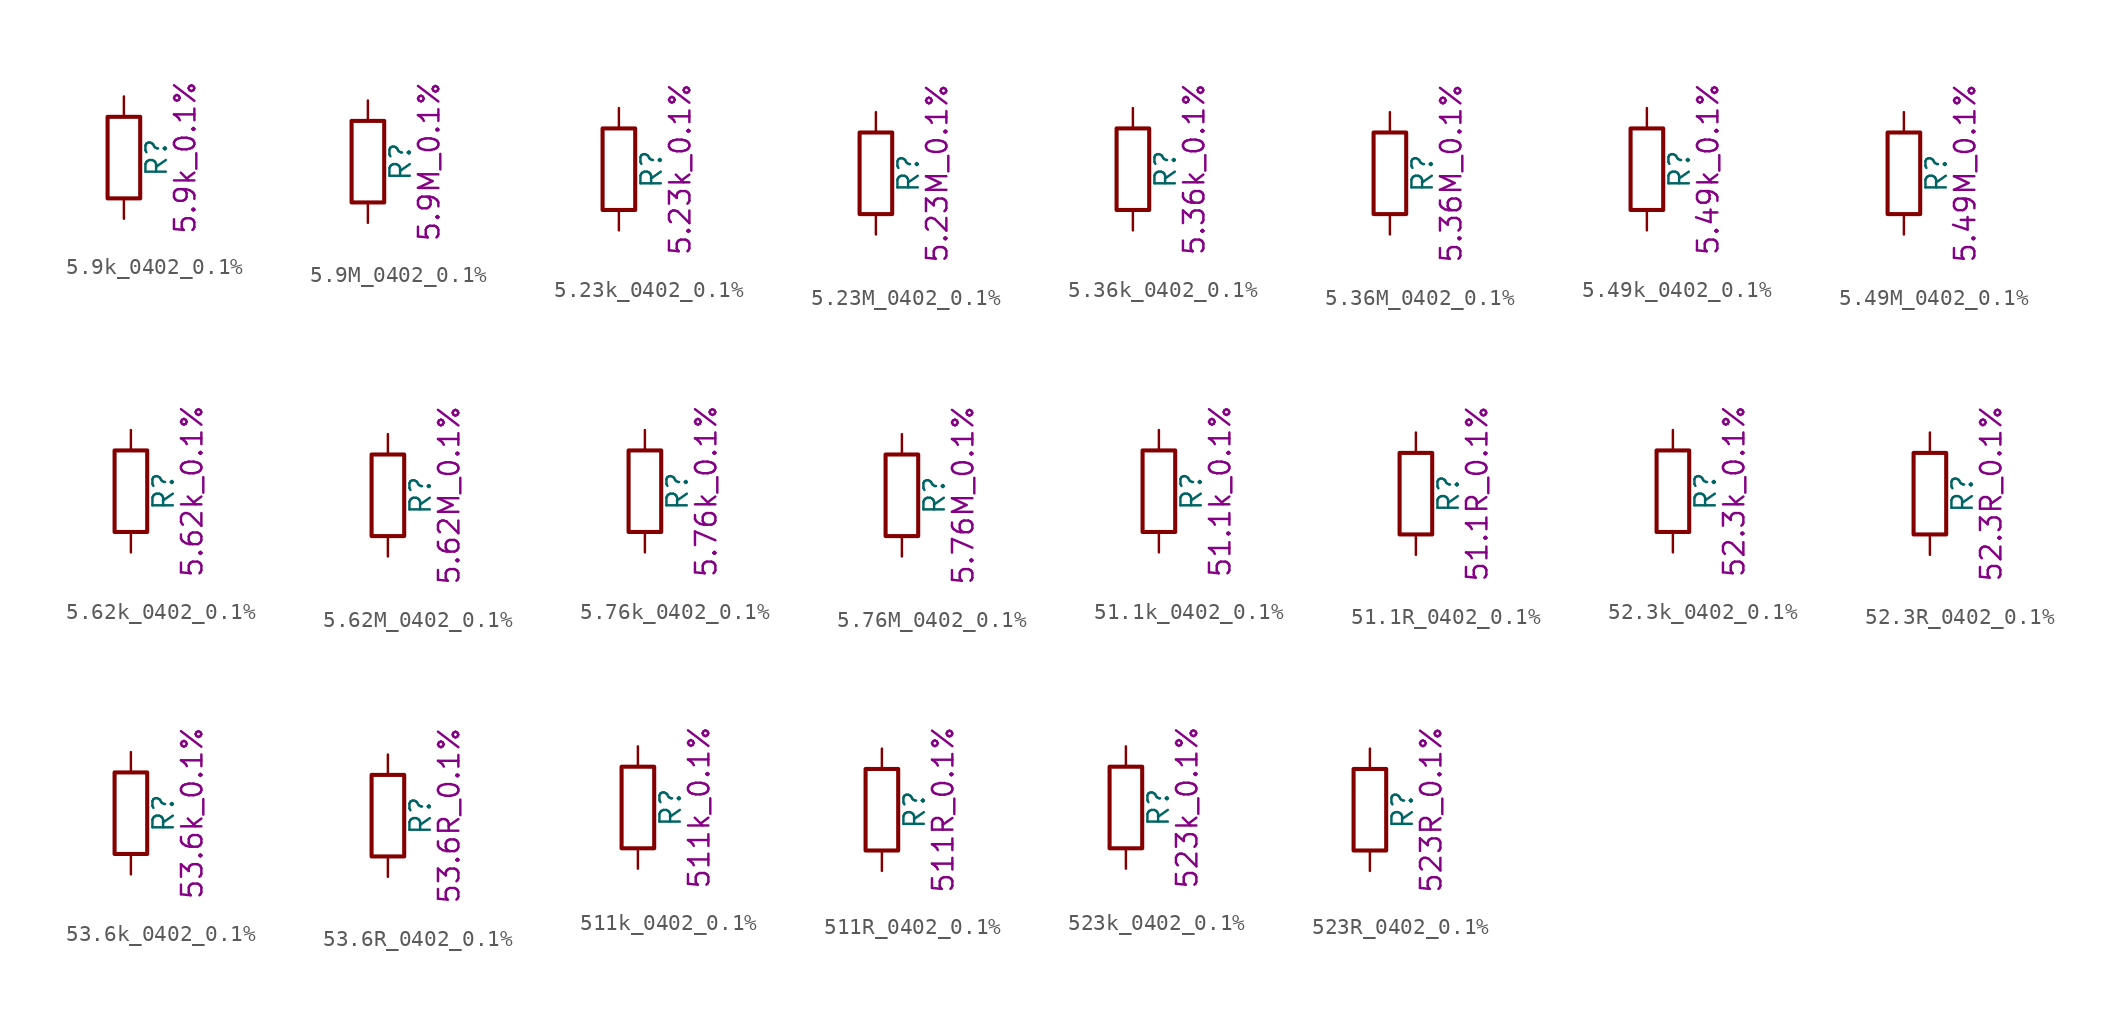
<source format=kicad_sym>
(kicad_symbol_lib
  (version 20211014)
  (generator kicad_symbol_editor)
  (symbol "5.9k_0402_0.1%"
    (pin_numbers hide)
    (pin_names
      (offset 0))
    (property "Reference" "R"
      (at 2.032 0 90)
      (effects (font (size 1.27 1.27))))
    (property "Display" "5.9k_0.1%"
      (at 3.81 0 90)
      (effects (font (size 1.27 1.27))))
    (symbol "5.9k_0402_0.1%_0_1"
      (rectangle (start -1.016 -2.54) (end 1.016 2.54) (stroke (width 0.254) (type default) (color 0 0 0 0)) (fill (type none))))
    (symbol "5.9k_0402_0.1%_1_1"
      (pin passive line (at 0 3.81 270) (length 1.27) (name "~" (effects (font (size 1.27 1.27)))) (number "1" (effects (font (size 1.27 1.27)))))
      (pin passive line (at 0 -3.81 90) (length 1.27) (name "~" (effects (font (size 1.27 1.27)))) (number "2" (effects (font (size 1.27 1.27)))))))
  (symbol "5.9M_0402_0.1%"
    (pin_numbers hide)
    (pin_names
      (offset 0))
    (property "Reference" "R"
      (at 2.032 0 90)
      (effects (font (size 1.27 1.27))))
    (property "Display" "5.9M_0.1%"
      (at 3.81 0 90)
      (effects (font (size 1.27 1.27))))
    (symbol "5.9M_0402_0.1%_0_1"
      (rectangle (start -1.016 -2.54) (end 1.016 2.54) (stroke (width 0.254) (type default) (color 0 0 0 0)) (fill (type none))))
    (symbol "5.9M_0402_0.1%_1_1"
      (pin passive line (at 0 3.81 270) (length 1.27) (name "~" (effects (font (size 1.27 1.27)))) (number "1" (effects (font (size 1.27 1.27)))))
      (pin passive line (at 0 -3.81 90) (length 1.27) (name "~" (effects (font (size 1.27 1.27)))) (number "2" (effects (font (size 1.27 1.27)))))))
  (symbol "5.23k_0402_0.1%"
    (pin_numbers hide)
    (pin_names
      (offset 0))
    (property "Reference" "R"
      (at 2.032 0 90)
      (effects (font (size 1.27 1.27))))
    (property "Display" "5.23k_0.1%"
      (at 3.81 0 90)
      (effects (font (size 1.27 1.27))))
    (symbol "5.23k_0402_0.1%_0_1"
      (rectangle (start -1.016 -2.54) (end 1.016 2.54) (stroke (width 0.254) (type default) (color 0 0 0 0)) (fill (type none))))
    (symbol "5.23k_0402_0.1%_1_1"
      (pin passive line (at 0 3.81 270) (length 1.27) (name "~" (effects (font (size 1.27 1.27)))) (number "1" (effects (font (size 1.27 1.27)))))
      (pin passive line (at 0 -3.81 90) (length 1.27) (name "~" (effects (font (size 1.27 1.27)))) (number "2" (effects (font (size 1.27 1.27)))))))
  (symbol "5.23M_0402_0.1%"
    (pin_numbers hide)
    (pin_names
      (offset 0))
    (property "Reference" "R"
      (at 2.032 0 90)
      (effects (font (size 1.27 1.27))))
    (property "Display" "5.23M_0.1%"
      (at 3.81 0 90)
      (effects (font (size 1.27 1.27))))
    (symbol "5.23M_0402_0.1%_0_1"
      (rectangle (start -1.016 -2.54) (end 1.016 2.54) (stroke (width 0.254) (type default) (color 0 0 0 0)) (fill (type none))))
    (symbol "5.23M_0402_0.1%_1_1"
      (pin passive line (at 0 3.81 270) (length 1.27) (name "~" (effects (font (size 1.27 1.27)))) (number "1" (effects (font (size 1.27 1.27)))))
      (pin passive line (at 0 -3.81 90) (length 1.27) (name "~" (effects (font (size 1.27 1.27)))) (number "2" (effects (font (size 1.27 1.27)))))))
  (symbol "5.36k_0402_0.1%"
    (pin_numbers hide)
    (pin_names
      (offset 0))
    (property "Reference" "R"
      (at 2.032 0 90)
      (effects (font (size 1.27 1.27))))
    (property "Display" "5.36k_0.1%"
      (at 3.81 0 90)
      (effects (font (size 1.27 1.27))))
    (symbol "5.36k_0402_0.1%_0_1"
      (rectangle (start -1.016 -2.54) (end 1.016 2.54) (stroke (width 0.254) (type default) (color 0 0 0 0)) (fill (type none))))
    (symbol "5.36k_0402_0.1%_1_1"
      (pin passive line (at 0 3.81 270) (length 1.27) (name "~" (effects (font (size 1.27 1.27)))) (number "1" (effects (font (size 1.27 1.27)))))
      (pin passive line (at 0 -3.81 90) (length 1.27) (name "~" (effects (font (size 1.27 1.27)))) (number "2" (effects (font (size 1.27 1.27)))))))
  (symbol "5.36M_0402_0.1%"
    (pin_numbers hide)
    (pin_names
      (offset 0))
    (property "Reference" "R"
      (at 2.032 0 90)
      (effects (font (size 1.27 1.27))))
    (property "Display" "5.36M_0.1%"
      (at 3.81 0 90)
      (effects (font (size 1.27 1.27))))
    (symbol "5.36M_0402_0.1%_0_1"
      (rectangle (start -1.016 -2.54) (end 1.016 2.54) (stroke (width 0.254) (type default) (color 0 0 0 0)) (fill (type none))))
    (symbol "5.36M_0402_0.1%_1_1"
      (pin passive line (at 0 3.81 270) (length 1.27) (name "~" (effects (font (size 1.27 1.27)))) (number "1" (effects (font (size 1.27 1.27)))))
      (pin passive line (at 0 -3.81 90) (length 1.27) (name "~" (effects (font (size 1.27 1.27)))) (number "2" (effects (font (size 1.27 1.27)))))))
  (symbol "5.49k_0402_0.1%"
    (pin_numbers hide)
    (pin_names
      (offset 0))
    (property "Reference" "R"
      (at 2.032 0 90)
      (effects (font (size 1.27 1.27))))
    (property "Display" "5.49k_0.1%"
      (at 3.81 0 90)
      (effects (font (size 1.27 1.27))))
    (symbol "5.49k_0402_0.1%_0_1"
      (rectangle (start -1.016 -2.54) (end 1.016 2.54) (stroke (width 0.254) (type default) (color 0 0 0 0)) (fill (type none))))
    (symbol "5.49k_0402_0.1%_1_1"
      (pin passive line (at 0 3.81 270) (length 1.27) (name "~" (effects (font (size 1.27 1.27)))) (number "1" (effects (font (size 1.27 1.27)))))
      (pin passive line (at 0 -3.81 90) (length 1.27) (name "~" (effects (font (size 1.27 1.27)))) (number "2" (effects (font (size 1.27 1.27)))))))
  (symbol "5.49M_0402_0.1%"
    (pin_numbers hide)
    (pin_names
      (offset 0))
    (property "Reference" "R"
      (at 2.032 0 90)
      (effects (font (size 1.27 1.27))))
    (property "Display" "5.49M_0.1%"
      (at 3.81 0 90)
      (effects (font (size 1.27 1.27))))
    (symbol "5.49M_0402_0.1%_0_1"
      (rectangle (start -1.016 -2.54) (end 1.016 2.54) (stroke (width 0.254) (type default) (color 0 0 0 0)) (fill (type none))))
    (symbol "5.49M_0402_0.1%_1_1"
      (pin passive line (at 0 3.81 270) (length 1.27) (name "~" (effects (font (size 1.27 1.27)))) (number "1" (effects (font (size 1.27 1.27)))))
      (pin passive line (at 0 -3.81 90) (length 1.27) (name "~" (effects (font (size 1.27 1.27)))) (number "2" (effects (font (size 1.27 1.27)))))))
  (symbol "5.62k_0402_0.1%"
    (pin_numbers hide)
    (pin_names
      (offset 0))
    (property "Reference" "R"
      (at 2.032 0 90)
      (effects (font (size 1.27 1.27))))
    (property "Display" "5.62k_0.1%"
      (at 3.81 0 90)
      (effects (font (size 1.27 1.27))))
    (symbol "5.62k_0402_0.1%_0_1"
      (rectangle (start -1.016 -2.54) (end 1.016 2.54) (stroke (width 0.254) (type default) (color 0 0 0 0)) (fill (type none))))
    (symbol "5.62k_0402_0.1%_1_1"
      (pin passive line (at 0 3.81 270) (length 1.27) (name "~" (effects (font (size 1.27 1.27)))) (number "1" (effects (font (size 1.27 1.27)))))
      (pin passive line (at 0 -3.81 90) (length 1.27) (name "~" (effects (font (size 1.27 1.27)))) (number "2" (effects (font (size 1.27 1.27)))))))
  (symbol "5.62M_0402_0.1%"
    (pin_numbers hide)
    (pin_names
      (offset 0))
    (property "Reference" "R"
      (at 2.032 0 90)
      (effects (font (size 1.27 1.27))))
    (property "Display" "5.62M_0.1%"
      (at 3.81 0 90)
      (effects (font (size 1.27 1.27))))
    (symbol "5.62M_0402_0.1%_0_1"
      (rectangle (start -1.016 -2.54) (end 1.016 2.54) (stroke (width 0.254) (type default) (color 0 0 0 0)) (fill (type none))))
    (symbol "5.62M_0402_0.1%_1_1"
      (pin passive line (at 0 3.81 270) (length 1.27) (name "~" (effects (font (size 1.27 1.27)))) (number "1" (effects (font (size 1.27 1.27)))))
      (pin passive line (at 0 -3.81 90) (length 1.27) (name "~" (effects (font (size 1.27 1.27)))) (number "2" (effects (font (size 1.27 1.27)))))))
  (symbol "5.76k_0402_0.1%"
    (pin_numbers hide)
    (pin_names
      (offset 0))
    (property "Reference" "R"
      (at 2.032 0 90)
      (effects (font (size 1.27 1.27))))
    (property "Display" "5.76k_0.1%"
      (at 3.81 0 90)
      (effects (font (size 1.27 1.27))))
    (symbol "5.76k_0402_0.1%_0_1"
      (rectangle (start -1.016 -2.54) (end 1.016 2.54) (stroke (width 0.254) (type default) (color 0 0 0 0)) (fill (type none))))
    (symbol "5.76k_0402_0.1%_1_1"
      (pin passive line (at 0 3.81 270) (length 1.27) (name "~" (effects (font (size 1.27 1.27)))) (number "1" (effects (font (size 1.27 1.27)))))
      (pin passive line (at 0 -3.81 90) (length 1.27) (name "~" (effects (font (size 1.27 1.27)))) (number "2" (effects (font (size 1.27 1.27)))))))
  (symbol "5.76M_0402_0.1%"
    (pin_numbers hide)
    (pin_names
      (offset 0))
    (property "Reference" "R"
      (at 2.032 0 90)
      (effects (font (size 1.27 1.27))))
    (property "Display" "5.76M_0.1%"
      (at 3.81 0 90)
      (effects (font (size 1.27 1.27))))
    (symbol "5.76M_0402_0.1%_0_1"
      (rectangle (start -1.016 -2.54) (end 1.016 2.54) (stroke (width 0.254) (type default) (color 0 0 0 0)) (fill (type none))))
    (symbol "5.76M_0402_0.1%_1_1"
      (pin passive line (at 0 3.81 270) (length 1.27) (name "~" (effects (font (size 1.27 1.27)))) (number "1" (effects (font (size 1.27 1.27)))))
      (pin passive line (at 0 -3.81 90) (length 1.27) (name "~" (effects (font (size 1.27 1.27)))) (number "2" (effects (font (size 1.27 1.27)))))))
  (symbol "51.1k_0402_0.1%"
    (pin_numbers hide)
    (pin_names
      (offset 0))
    (property "Reference" "R"
      (at 2.032 0 90)
      (effects (font (size 1.27 1.27))))
    (property "Display" "51.1k_0.1%"
      (at 3.81 0 90)
      (effects (font (size 1.27 1.27))))
    (symbol "51.1k_0402_0.1%_0_1"
      (rectangle (start -1.016 -2.54) (end 1.016 2.54) (stroke (width 0.254) (type default) (color 0 0 0 0)) (fill (type none))))
    (symbol "51.1k_0402_0.1%_1_1"
      (pin passive line (at 0 3.81 270) (length 1.27) (name "~" (effects (font (size 1.27 1.27)))) (number "1" (effects (font (size 1.27 1.27)))))
      (pin passive line (at 0 -3.81 90) (length 1.27) (name "~" (effects (font (size 1.27 1.27)))) (number "2" (effects (font (size 1.27 1.27)))))))
  (symbol "51.1R_0402_0.1%"
    (pin_numbers hide)
    (pin_names
      (offset 0))
    (property "Reference" "R"
      (at 2.032 0 90)
      (effects (font (size 1.27 1.27))))
    (property "Display" "51.1R_0.1%"
      (at 3.81 0 90)
      (effects (font (size 1.27 1.27))))
    (symbol "51.1R_0402_0.1%_0_1"
      (rectangle (start -1.016 -2.54) (end 1.016 2.54) (stroke (width 0.254) (type default) (color 0 0 0 0)) (fill (type none))))
    (symbol "51.1R_0402_0.1%_1_1"
      (pin passive line (at 0 3.81 270) (length 1.27) (name "~" (effects (font (size 1.27 1.27)))) (number "1" (effects (font (size 1.27 1.27)))))
      (pin passive line (at 0 -3.81 90) (length 1.27) (name "~" (effects (font (size 1.27 1.27)))) (number "2" (effects (font (size 1.27 1.27)))))))
  (symbol "52.3k_0402_0.1%"
    (pin_numbers hide)
    (pin_names
      (offset 0))
    (property "Reference" "R"
      (at 2.032 0 90)
      (effects (font (size 1.27 1.27))))
    (property "Display" "52.3k_0.1%"
      (at 3.81 0 90)
      (effects (font (size 1.27 1.27))))
    (symbol "52.3k_0402_0.1%_0_1"
      (rectangle (start -1.016 -2.54) (end 1.016 2.54) (stroke (width 0.254) (type default) (color 0 0 0 0)) (fill (type none))))
    (symbol "52.3k_0402_0.1%_1_1"
      (pin passive line (at 0 3.81 270) (length 1.27) (name "~" (effects (font (size 1.27 1.27)))) (number "1" (effects (font (size 1.27 1.27)))))
      (pin passive line (at 0 -3.81 90) (length 1.27) (name "~" (effects (font (size 1.27 1.27)))) (number "2" (effects (font (size 1.27 1.27)))))))
  (symbol "52.3R_0402_0.1%"
    (pin_numbers hide)
    (pin_names
      (offset 0))
    (property "Reference" "R"
      (at 2.032 0 90)
      (effects (font (size 1.27 1.27))))
    (property "Display" "52.3R_0.1%"
      (at 3.81 0 90)
      (effects (font (size 1.27 1.27))))
    (symbol "52.3R_0402_0.1%_0_1"
      (rectangle (start -1.016 -2.54) (end 1.016 2.54) (stroke (width 0.254) (type default) (color 0 0 0 0)) (fill (type none))))
    (symbol "52.3R_0402_0.1%_1_1"
      (pin passive line (at 0 3.81 270) (length 1.27) (name "~" (effects (font (size 1.27 1.27)))) (number "1" (effects (font (size 1.27 1.27)))))
      (pin passive line (at 0 -3.81 90) (length 1.27) (name "~" (effects (font (size 1.27 1.27)))) (number "2" (effects (font (size 1.27 1.27)))))))
  (symbol "53.6k_0402_0.1%"
    (pin_numbers hide)
    (pin_names
      (offset 0))
    (property "Reference" "R"
      (at 2.032 0 90)
      (effects (font (size 1.27 1.27))))
    (property "Display" "53.6k_0.1%"
      (at 3.81 0 90)
      (effects (font (size 1.27 1.27))))
    (symbol "53.6k_0402_0.1%_0_1"
      (rectangle (start -1.016 -2.54) (end 1.016 2.54) (stroke (width 0.254) (type default) (color 0 0 0 0)) (fill (type none))))
    (symbol "53.6k_0402_0.1%_1_1"
      (pin passive line (at 0 3.81 270) (length 1.27) (name "~" (effects (font (size 1.27 1.27)))) (number "1" (effects (font (size 1.27 1.27)))))
      (pin passive line (at 0 -3.81 90) (length 1.27) (name "~" (effects (font (size 1.27 1.27)))) (number "2" (effects (font (size 1.27 1.27)))))))
  (symbol "53.6R_0402_0.1%"
    (pin_numbers hide)
    (pin_names
      (offset 0))
    (property "Reference" "R"
      (at 2.032 0 90)
      (effects (font (size 1.27 1.27))))
    (property "Display" "53.6R_0.1%"
      (at 3.81 0 90)
      (effects (font (size 1.27 1.27))))
    (symbol "53.6R_0402_0.1%_0_1"
      (rectangle (start -1.016 -2.54) (end 1.016 2.54) (stroke (width 0.254) (type default) (color 0 0 0 0)) (fill (type none))))
    (symbol "53.6R_0402_0.1%_1_1"
      (pin passive line (at 0 3.81 270) (length 1.27) (name "~" (effects (font (size 1.27 1.27)))) (number "1" (effects (font (size 1.27 1.27)))))
      (pin passive line (at 0 -3.81 90) (length 1.27) (name "~" (effects (font (size 1.27 1.27)))) (number "2" (effects (font (size 1.27 1.27)))))))
  (symbol "511k_0402_0.1%"
    (pin_numbers hide)
    (pin_names
      (offset 0))
    (property "Reference" "R"
      (at 2.032 0 90)
      (effects (font (size 1.27 1.27))))
    (property "Display" "511k_0.1%"
      (at 3.81 0 90)
      (effects (font (size 1.27 1.27))))
    (symbol "511k_0402_0.1%_0_1"
      (rectangle (start -1.016 -2.54) (end 1.016 2.54) (stroke (width 0.254) (type default) (color 0 0 0 0)) (fill (type none))))
    (symbol "511k_0402_0.1%_1_1"
      (pin passive line (at 0 3.81 270) (length 1.27) (name "~" (effects (font (size 1.27 1.27)))) (number "1" (effects (font (size 1.27 1.27)))))
      (pin passive line (at 0 -3.81 90) (length 1.27) (name "~" (effects (font (size 1.27 1.27)))) (number "2" (effects (font (size 1.27 1.27)))))))
  (symbol "511R_0402_0.1%"
    (pin_numbers hide)
    (pin_names
      (offset 0))
    (property "Reference" "R"
      (at 2.032 0 90)
      (effects (font (size 1.27 1.27))))
    (property "Display" "511R_0.1%"
      (at 3.81 0 90)
      (effects (font (size 1.27 1.27))))
    (symbol "511R_0402_0.1%_0_1"
      (rectangle (start -1.016 -2.54) (end 1.016 2.54) (stroke (width 0.254) (type default) (color 0 0 0 0)) (fill (type none))))
    (symbol "511R_0402_0.1%_1_1"
      (pin passive line (at 0 3.81 270) (length 1.27) (name "~" (effects (font (size 1.27 1.27)))) (number "1" (effects (font (size 1.27 1.27)))))
      (pin passive line (at 0 -3.81 90) (length 1.27) (name "~" (effects (font (size 1.27 1.27)))) (number "2" (effects (font (size 1.27 1.27)))))))
  (symbol "523k_0402_0.1%"
    (pin_numbers hide)
    (pin_names
      (offset 0))
    (property "Reference" "R"
      (at 2.032 0 90)
      (effects (font (size 1.27 1.27))))
    (property "Display" "523k_0.1%"
      (at 3.81 0 90)
      (effects (font (size 1.27 1.27))))
    (symbol "523k_0402_0.1%_0_1"
      (rectangle (start -1.016 -2.54) (end 1.016 2.54) (stroke (width 0.254) (type default) (color 0 0 0 0)) (fill (type none))))
    (symbol "523k_0402_0.1%_1_1"
      (pin passive line (at 0 3.81 270) (length 1.27) (name "~" (effects (font (size 1.27 1.27)))) (number "1" (effects (font (size 1.27 1.27)))))
      (pin passive line (at 0 -3.81 90) (length 1.27) (name "~" (effects (font (size 1.27 1.27)))) (number "2" (effects (font (size 1.27 1.27)))))))
  (symbol "523R_0402_0.1%"
    (pin_numbers hide)
    (pin_names
      (offset 0))
    (property "Reference" "R"
      (at 2.032 0 90)
      (effects (font (size 1.27 1.27))))
    (property "Display" "523R_0.1%"
      (at 3.81 0 90)
      (effects (font (size 1.27 1.27))))
    (symbol "523R_0402_0.1%_0_1"
      (rectangle (start -1.016 -2.54) (end 1.016 2.54) (stroke (width 0.254) (type default) (color 0 0 0 0)) (fill (type none))))
    (symbol "523R_0402_0.1%_1_1"
      (pin passive line (at 0 3.81 270) (length 1.27) (name "~" (effects (font (size 1.27 1.27)))) (number "1" (effects (font (size 1.27 1.27)))))
      (pin passive line (at 0 -3.81 90) (length 1.27) (name "~" (effects (font (size 1.27 1.27)))) (number "2" (effects (font (size 1.27 1.27))))))))
</source>
